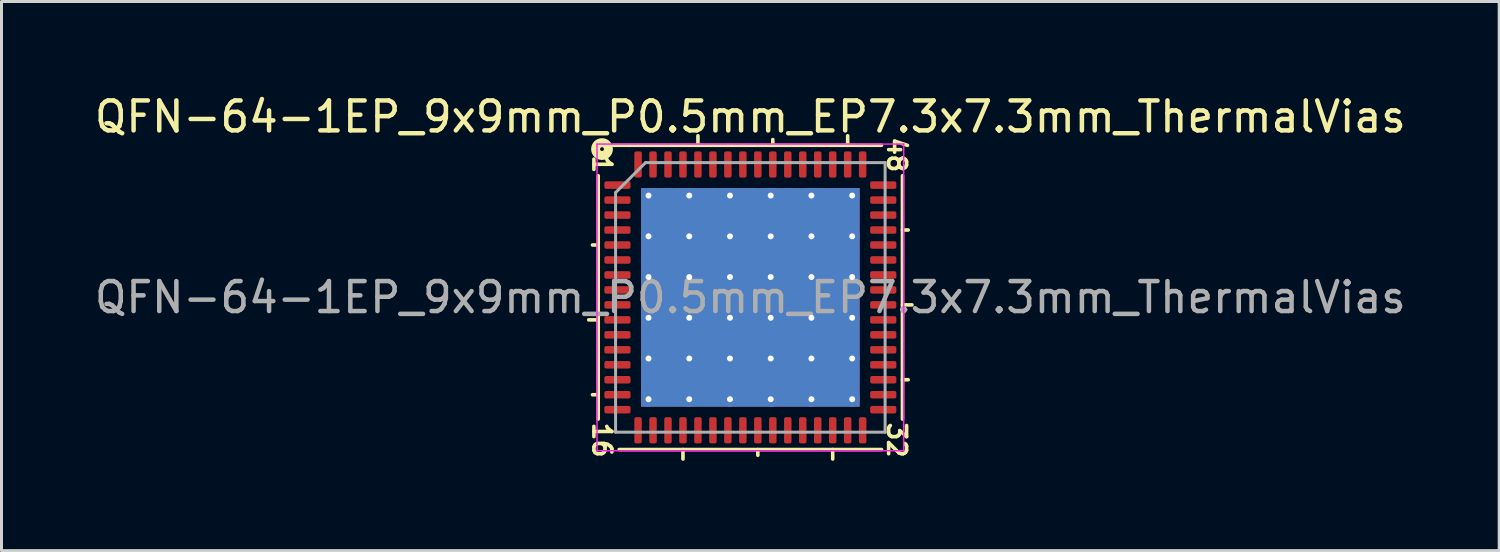
<source format=kicad_pcb>
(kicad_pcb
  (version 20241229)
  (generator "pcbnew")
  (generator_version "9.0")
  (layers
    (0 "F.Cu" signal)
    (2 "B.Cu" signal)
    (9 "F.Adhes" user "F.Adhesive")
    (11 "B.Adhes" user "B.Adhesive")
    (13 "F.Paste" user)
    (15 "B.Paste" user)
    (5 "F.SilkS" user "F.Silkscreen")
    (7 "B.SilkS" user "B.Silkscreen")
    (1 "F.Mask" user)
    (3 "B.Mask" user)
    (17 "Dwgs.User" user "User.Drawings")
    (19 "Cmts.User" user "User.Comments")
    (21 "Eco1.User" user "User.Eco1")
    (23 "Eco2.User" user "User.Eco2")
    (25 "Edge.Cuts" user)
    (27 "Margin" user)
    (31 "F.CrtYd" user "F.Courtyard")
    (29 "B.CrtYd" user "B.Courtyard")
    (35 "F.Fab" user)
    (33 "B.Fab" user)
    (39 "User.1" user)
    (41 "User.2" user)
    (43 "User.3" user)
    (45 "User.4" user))
  (footprint "QFN-64-1EP_9x9mm_P0.5mm_EP7.3x7.3mm_ThermalVias"
    (layer "F.Cu")
    (at 22.006 6.881)
    (property "Reference" "QFN-64-1EP_9x9mm_P0.5mm_EP7.3x7.3mm_ThermalVias" (at 0 -6.032 0) (layer "F.SilkS") (effects (font (size 1 1) (thickness 0.15))))
    (attr smd)
    (fp_line (start -5.08 -4.064) (end -5.08 4.064) (stroke (width 0.12) (type solid)) (layer "F.SilkS"))
    (fp_line (start -5.08 -1.75) (end -5.271 -1.75) (stroke (width 0.12) (type solid)) (layer "F.SilkS"))
    (fp_line (start -5.08 0.75) (end -5.397 0.75) (stroke (width 0.12) (type solid)) (layer "F.SilkS"))
    (fp_line (start -5.08 3.25) (end -5.271 3.25) (stroke (width 0.12) (type solid)) (layer "F.SilkS"))
    (fp_line (start -4.381 5.08) (end 4.381 5.08) (stroke (width 0.12) (type solid)) (layer "F.SilkS"))
    (fp_line (start -2.25 5.08) (end -2.25 5.397) (stroke (width 0.12) (type solid)) (layer "F.SilkS"))
    (fp_line (start -1.75 -5.08) (end -1.75 -5.397) (stroke (width 0.12) (type solid)) (layer "F.SilkS"))
    (fp_line (start 0.25 5.08) (end 0.25 5.271) (stroke (width 0.12) (type solid)) (layer "F.SilkS"))
    (fp_line (start 0.75 -5.08) (end 0.75 -5.271) (stroke (width 0.12) (type solid)) (layer "F.SilkS"))
    (fp_line (start 2.75 5.08) (end 2.75 5.397) (stroke (width 0.12) (type solid)) (layer "F.SilkS"))
    (fp_line (start 3.25 -5.08) (end 3.25 -5.397) (stroke (width 0.12) (type solid)) (layer "F.SilkS"))
    (fp_line (start 4.381 -5.08) (end -4.572 -5.08) (stroke (width 0.12) (type solid)) (layer "F.SilkS"))
    (fp_line (start 5.08 -2.25) (end 5.271 -2.25) (stroke (width 0.12) (type solid)) (layer "F.SilkS"))
    (fp_line (start 5.08 0.25) (end 5.397 0.25) (stroke (width 0.12) (type solid)) (layer "F.SilkS"))
    (fp_line (start 5.08 2.75) (end 5.271 2.75) (stroke (width 0.12) (type solid)) (layer "F.SilkS"))
    (fp_line (start 5.08 4.064) (end 5.08 -4.064) (stroke (width 0.12) (type solid)) (layer "F.SilkS"))
    (fp_circle (center -4.953 -4.953) (end -4.889 -4.953) (stroke (width 0.3) (type solid)) (fill no) (layer "F.SilkS"))
    (fp_line (start -5.12 -5.12) (end -5.12 5.12) (stroke (width 0.05) (type solid)) (layer "F.CrtYd"))
    (fp_line (start -5.12 5.12) (end 5.12 5.12) (stroke (width 0.05) (type solid)) (layer "F.CrtYd"))
    (fp_line (start 5.12 -5.12) (end -5.12 -5.12) (stroke (width 0.05) (type solid)) (layer "F.CrtYd"))
    (fp_line (start 5.12 5.12) (end 5.12 -5.12) (stroke (width 0.05) (type solid)) (layer "F.CrtYd"))
    (fp_line (start -4.5 -3.5) (end -3.5 -4.5) (stroke (width 0.1) (type solid)) (layer "F.Fab"))
    (fp_line (start -4.5 4.5) (end -4.5 -3.5) (stroke (width 0.1) (type solid)) (layer "F.Fab"))
    (fp_line (start -3.5 -4.5) (end 4.5 -4.5) (stroke (width 0.1) (type solid)) (layer "F.Fab"))
    (fp_line (start 4.5 -4.5) (end 4.5 4.5) (stroke (width 0.1) (type solid)) (layer "F.Fab"))
    (fp_line (start 4.5 4.5) (end -4.5 4.5) (stroke (width 0.1) (type solid)) (layer "F.Fab"))
    (fp_text user "48" (at 4.889 -4.763 270) (unlocked yes) (layer "F.SilkS") (effects (font (size 0.6 0.6) (thickness 0.12))))
    (fp_text user "1" (at -4.953 -4.445 270) (unlocked yes) (layer "F.SilkS") (effects (font (size 0.6 0.6) (thickness 0.12))))
    (fp_text user "32" (at 4.889 4.763 270) (unlocked yes) (layer "F.SilkS") (effects (font (size 0.6 0.6) (thickness 0.12))))
    (fp_text user "16" (at -4.953 4.763 270) (unlocked yes) (layer "F.SilkS") (effects (font (size 0.6 0.6) (thickness 0.12))))
    (fp_text user "${REFERENCE}" (at 0 0 0) (layer "F.Fab") (effects (font (size 1 1) (thickness 0.15))))
    (pad "" smd roundrect (at -2.72 -2.72) (size 1.177 1.177) (layers "F.Paste") (roundrect_rratio 0.212))
    (pad "" smd roundrect (at -2.72 -1.36) (size 1.177 1.177) (layers "F.Paste") (roundrect_rratio 0.212))
    (pad "" smd roundrect (at -2.72 0) (size 1.177 1.177) (layers "F.Paste") (roundrect_rratio 0.212))
    (pad "" smd roundrect (at -2.72 1.36) (size 1.177 1.177) (layers "F.Paste") (roundrect_rratio 0.212))
    (pad "" smd roundrect (at -2.72 2.72) (size 1.177 1.177) (layers "F.Paste") (roundrect_rratio 0.212))
    (pad "" smd roundrect (at -1.36 -2.72) (size 1.177 1.177) (layers "F.Paste") (roundrect_rratio 0.212))
    (pad "" smd roundrect (at -1.36 -1.36) (size 1.177 1.177) (layers "F.Paste") (roundrect_rratio 0.212))
    (pad "" smd roundrect (at -1.36 0) (size 1.177 1.177) (layers "F.Paste") (roundrect_rratio 0.212))
    (pad "" smd roundrect (at -1.36 1.36) (size 1.177 1.177) (layers "F.Paste") (roundrect_rratio 0.212))
    (pad "" smd roundrect (at -1.36 2.72) (size 1.177 1.177) (layers "F.Paste") (roundrect_rratio 0.212))
    (pad "" smd roundrect (at 0 -2.72) (size 1.177 1.177) (layers "F.Paste") (roundrect_rratio 0.212))
    (pad "" smd roundrect (at 0 -1.36) (size 1.177 1.177) (layers "F.Paste") (roundrect_rratio 0.212))
    (pad "" smd roundrect (at 0 0) (size 1.177 1.177) (layers "F.Paste") (roundrect_rratio 0.212))
    (pad "" smd roundrect (at 0 1.36) (size 1.177 1.177) (layers "F.Paste") (roundrect_rratio 0.212))
    (pad "" smd roundrect (at 0 2.72) (size 1.177 1.177) (layers "F.Paste") (roundrect_rratio 0.212))
    (pad "" smd roundrect (at 1.36 -2.72) (size 1.177 1.177) (layers "F.Paste") (roundrect_rratio 0.212))
    (pad "" smd roundrect (at 1.36 -1.36) (size 1.177 1.177) (layers "F.Paste") (roundrect_rratio 0.212))
    (pad "" smd roundrect (at 1.36 0) (size 1.177 1.177) (layers "F.Paste") (roundrect_rratio 0.212))
    (pad "" smd roundrect (at 1.36 1.36) (size 1.177 1.177) (layers "F.Paste") (roundrect_rratio 0.212))
    (pad "" smd roundrect (at 1.36 2.72) (size 1.177 1.177) (layers "F.Paste") (roundrect_rratio 0.212))
    (pad "" smd roundrect (at 2.72 -2.72) (size 1.177 1.177) (layers "F.Paste") (roundrect_rratio 0.212))
    (pad "" smd roundrect (at 2.72 -1.36) (size 1.177 1.177) (layers "F.Paste") (roundrect_rratio 0.212))
    (pad "" smd roundrect (at 2.72 0) (size 1.177 1.177) (layers "F.Paste") (roundrect_rratio 0.212))
    (pad "" smd roundrect (at 2.72 1.36) (size 1.177 1.177) (layers "F.Paste") (roundrect_rratio 0.212))
    (pad "" smd roundrect (at 2.72 2.72) (size 1.177 1.177) (layers "F.Paste") (roundrect_rratio 0.212))
    (pad "1" smd roundrect (at -4.438 -3.75) (size 0.875 0.25) (layers "F.Cu" "F.Mask" "F.Paste") (roundrect_rratio 0.25))
    (pad "2" smd roundrect (at -4.438 -3.25) (size 0.875 0.25) (layers "F.Cu" "F.Mask" "F.Paste") (roundrect_rratio 0.25))
    (pad "3" smd roundrect (at -4.438 -2.75) (size 0.875 0.25) (layers "F.Cu" "F.Mask" "F.Paste") (roundrect_rratio 0.25))
    (pad "4" smd roundrect (at -4.438 -2.25) (size 0.875 0.25) (layers "F.Cu" "F.Mask" "F.Paste") (roundrect_rratio 0.25))
    (pad "5" smd roundrect (at -4.438 -1.75) (size 0.875 0.25) (layers "F.Cu" "F.Mask" "F.Paste") (roundrect_rratio 0.25))
    (pad "6" smd roundrect (at -4.438 -1.25) (size 0.875 0.25) (layers "F.Cu" "F.Mask" "F.Paste") (roundrect_rratio 0.25))
    (pad "7" smd roundrect (at -4.438 -0.75) (size 0.875 0.25) (layers "F.Cu" "F.Mask" "F.Paste") (roundrect_rratio 0.25))
    (pad "8" smd roundrect (at -4.438 -0.25) (size 0.875 0.25) (layers "F.Cu" "F.Mask" "F.Paste") (roundrect_rratio 0.25))
    (pad "9" smd roundrect (at -4.438 0.25) (size 0.875 0.25) (layers "F.Cu" "F.Mask" "F.Paste") (roundrect_rratio 0.25))
    (pad "10" smd roundrect (at -4.438 0.75) (size 0.875 0.25) (layers "F.Cu" "F.Mask" "F.Paste") (roundrect_rratio 0.25))
    (pad "11" smd roundrect (at -4.438 1.25) (size 0.875 0.25) (layers "F.Cu" "F.Mask" "F.Paste") (roundrect_rratio 0.25))
    (pad "12" smd roundrect (at -4.438 1.75) (size 0.875 0.25) (layers "F.Cu" "F.Mask" "F.Paste") (roundrect_rratio 0.25))
    (pad "13" smd roundrect (at -4.438 2.25) (size 0.875 0.25) (layers "F.Cu" "F.Mask" "F.Paste") (roundrect_rratio 0.25))
    (pad "14" smd roundrect (at -4.438 2.75) (size 0.875 0.25) (layers "F.Cu" "F.Mask" "F.Paste") (roundrect_rratio 0.25))
    (pad "15" smd roundrect (at -4.438 3.25) (size 0.875 0.25) (layers "F.Cu" "F.Mask" "F.Paste") (roundrect_rratio 0.25))
    (pad "16" smd roundrect (at -4.438 3.75) (size 0.875 0.25) (layers "F.Cu" "F.Mask" "F.Paste") (roundrect_rratio 0.25))
    (pad "17" smd roundrect (at -3.75 4.438) (size 0.25 0.875) (layers "F.Cu" "F.Mask" "F.Paste") (roundrect_rratio 0.25))
    (pad "18" smd roundrect (at -3.25 4.438) (size 0.25 0.875) (layers "F.Cu" "F.Mask" "F.Paste") (roundrect_rratio 0.25))
    (pad "19" smd roundrect (at -2.75 4.438) (size 0.25 0.875) (layers "F.Cu" "F.Mask" "F.Paste") (roundrect_rratio 0.25))
    (pad "20" smd roundrect (at -2.25 4.438) (size 0.25 0.875) (layers "F.Cu" "F.Mask" "F.Paste") (roundrect_rratio 0.25))
    (pad "21" smd roundrect (at -1.75 4.438) (size 0.25 0.875) (layers "F.Cu" "F.Mask" "F.Paste") (roundrect_rratio 0.25))
    (pad "22" smd roundrect (at -1.25 4.438) (size 0.25 0.875) (layers "F.Cu" "F.Mask" "F.Paste") (roundrect_rratio 0.25))
    (pad "23" smd roundrect (at -0.75 4.438) (size 0.25 0.875) (layers "F.Cu" "F.Mask" "F.Paste") (roundrect_rratio 0.25))
    (pad "24" smd roundrect (at -0.25 4.438) (size 0.25 0.875) (layers "F.Cu" "F.Mask" "F.Paste") (roundrect_rratio 0.25))
    (pad "25" smd roundrect (at 0.25 4.438) (size 0.25 0.875) (layers "F.Cu" "F.Mask" "F.Paste") (roundrect_rratio 0.25))
    (pad "26" smd roundrect (at 0.75 4.438) (size 0.25 0.875) (layers "F.Cu" "F.Mask" "F.Paste") (roundrect_rratio 0.25))
    (pad "27" smd roundrect (at 1.25 4.438) (size 0.25 0.875) (layers "F.Cu" "F.Mask" "F.Paste") (roundrect_rratio 0.25))
    (pad "28" smd roundrect (at 1.75 4.438) (size 0.25 0.875) (layers "F.Cu" "F.Mask" "F.Paste") (roundrect_rratio 0.25))
    (pad "29" smd roundrect (at 2.25 4.438) (size 0.25 0.875) (layers "F.Cu" "F.Mask" "F.Paste") (roundrect_rratio 0.25))
    (pad "30" smd roundrect (at 2.75 4.438) (size 0.25 0.875) (layers "F.Cu" "F.Mask" "F.Paste") (roundrect_rratio 0.25))
    (pad "31" smd roundrect (at 3.25 4.438) (size 0.25 0.875) (layers "F.Cu" "F.Mask" "F.Paste") (roundrect_rratio 0.25))
    (pad "32" smd roundrect (at 3.75 4.438) (size 0.25 0.875) (layers "F.Cu" "F.Mask" "F.Paste") (roundrect_rratio 0.25))
    (pad "33" smd roundrect (at 4.438 3.75) (size 0.875 0.25) (layers "F.Cu" "F.Mask" "F.Paste") (roundrect_rratio 0.25))
    (pad "34" smd roundrect (at 4.438 3.25) (size 0.875 0.25) (layers "F.Cu" "F.Mask" "F.Paste") (roundrect_rratio 0.25))
    (pad "35" smd roundrect (at 4.438 2.75) (size 0.875 0.25) (layers "F.Cu" "F.Mask" "F.Paste") (roundrect_rratio 0.25))
    (pad "36" smd roundrect (at 4.438 2.25) (size 0.875 0.25) (layers "F.Cu" "F.Mask" "F.Paste") (roundrect_rratio 0.25))
    (pad "37" smd roundrect (at 4.438 1.75) (size 0.875 0.25) (layers "F.Cu" "F.Mask" "F.Paste") (roundrect_rratio 0.25))
    (pad "38" smd roundrect (at 4.438 1.25) (size 0.875 0.25) (layers "F.Cu" "F.Mask" "F.Paste") (roundrect_rratio 0.25))
    (pad "39" smd roundrect (at 4.438 0.75) (size 0.875 0.25) (layers "F.Cu" "F.Mask" "F.Paste") (roundrect_rratio 0.25))
    (pad "40" smd roundrect (at 4.438 0.25) (size 0.875 0.25) (layers "F.Cu" "F.Mask" "F.Paste") (roundrect_rratio 0.25))
    (pad "41" smd roundrect (at 4.438 -0.25) (size 0.875 0.25) (layers "F.Cu" "F.Mask" "F.Paste") (roundrect_rratio 0.25))
    (pad "42" smd roundrect (at 4.438 -0.75) (size 0.875 0.25) (layers "F.Cu" "F.Mask" "F.Paste") (roundrect_rratio 0.25))
    (pad "43" smd roundrect (at 4.438 -1.25) (size 0.875 0.25) (layers "F.Cu" "F.Mask" "F.Paste") (roundrect_rratio 0.25))
    (pad "44" smd roundrect (at 4.438 -1.75) (size 0.875 0.25) (layers "F.Cu" "F.Mask" "F.Paste") (roundrect_rratio 0.25))
    (pad "45" smd roundrect (at 4.438 -2.25) (size 0.875 0.25) (layers "F.Cu" "F.Mask" "F.Paste") (roundrect_rratio 0.25))
    (pad "46" smd roundrect (at 4.438 -2.75) (size 0.875 0.25) (layers "F.Cu" "F.Mask" "F.Paste") (roundrect_rratio 0.25))
    (pad "47" smd roundrect (at 4.438 -3.25) (size 0.875 0.25) (layers "F.Cu" "F.Mask" "F.Paste") (roundrect_rratio 0.25))
    (pad "48" smd roundrect (at 4.438 -3.75) (size 0.875 0.25) (layers "F.Cu" "F.Mask" "F.Paste") (roundrect_rratio 0.25))
    (pad "49" smd roundrect (at 3.75 -4.438) (size 0.25 0.875) (layers "F.Cu" "F.Mask" "F.Paste") (roundrect_rratio 0.25))
    (pad "50" smd roundrect (at 3.25 -4.438) (size 0.25 0.875) (layers "F.Cu" "F.Mask" "F.Paste") (roundrect_rratio 0.25))
    (pad "51" smd roundrect (at 2.75 -4.438) (size 0.25 0.875) (layers "F.Cu" "F.Mask" "F.Paste") (roundrect_rratio 0.25))
    (pad "52" smd roundrect (at 2.25 -4.438) (size 0.25 0.875) (layers "F.Cu" "F.Mask" "F.Paste") (roundrect_rratio 0.25))
    (pad "53" smd roundrect (at 1.75 -4.438) (size 0.25 0.875) (layers "F.Cu" "F.Mask" "F.Paste") (roundrect_rratio 0.25))
    (pad "54" smd roundrect (at 1.25 -4.438) (size 0.25 0.875) (layers "F.Cu" "F.Mask" "F.Paste") (roundrect_rratio 0.25))
    (pad "55" smd roundrect (at 0.75 -4.438) (size 0.25 0.875) (layers "F.Cu" "F.Mask" "F.Paste") (roundrect_rratio 0.25))
    (pad "56" smd roundrect (at 0.25 -4.438) (size 0.25 0.875) (layers "F.Cu" "F.Mask" "F.Paste") (roundrect_rratio 0.25))
    (pad "57" smd roundrect (at -0.25 -4.438) (size 0.25 0.875) (layers "F.Cu" "F.Mask" "F.Paste") (roundrect_rratio 0.25))
    (pad "58" smd roundrect (at -0.75 -4.438) (size 0.25 0.875) (layers "F.Cu" "F.Mask" "F.Paste") (roundrect_rratio 0.25))
    (pad "59" smd roundrect (at -1.25 -4.438) (size 0.25 0.875) (layers "F.Cu" "F.Mask" "F.Paste") (roundrect_rratio 0.25))
    (pad "60" smd roundrect (at -1.75 -4.438) (size 0.25 0.875) (layers "F.Cu" "F.Mask" "F.Paste") (roundrect_rratio 0.25))
    (pad "61" smd roundrect (at -2.25 -4.438) (size 0.25 0.875) (layers "F.Cu" "F.Mask" "F.Paste") (roundrect_rratio 0.25))
    (pad "62" smd roundrect (at -2.75 -4.438) (size 0.25 0.875) (layers "F.Cu" "F.Mask" "F.Paste") (roundrect_rratio 0.25))
    (pad "63" smd roundrect (at -3.25 -4.438) (size 0.25 0.875) (layers "F.Cu" "F.Mask" "F.Paste") (roundrect_rratio 0.25))
    (pad "64" smd roundrect (at -3.75 -4.438) (size 0.25 0.875) (layers "F.Cu" "F.Mask" "F.Paste") (roundrect_rratio 0.25))
    (pad "65" thru_hole circle (at -3.4 -3.4) (size 0.5 0.5) (drill 0.2) (layers "*.Cu"))
    (pad "65" thru_hole circle (at -3.4 -2.04) (size 0.5 0.5) (drill 0.2) (layers "*.Cu"))
    (pad "65" thru_hole circle (at -3.4 -0.68) (size 0.5 0.5) (drill 0.2) (layers "*.Cu"))
    (pad "65" thru_hole circle (at -3.4 0.68) (size 0.5 0.5) (drill 0.2) (layers "*.Cu"))
    (pad "65" thru_hole circle (at -3.4 2.04) (size 0.5 0.5) (drill 0.2) (layers "*.Cu"))
    (pad "65" thru_hole circle (at -3.4 3.4) (size 0.5 0.5) (drill 0.2) (layers "*.Cu"))
    (pad "65" thru_hole circle (at -2.04 -3.4) (size 0.5 0.5) (drill 0.2) (layers "*.Cu"))
    (pad "65" thru_hole circle (at -2.04 -2.04) (size 0.5 0.5) (drill 0.2) (layers "*.Cu"))
    (pad "65" thru_hole circle (at -2.04 -0.68) (size 0.5 0.5) (drill 0.2) (layers "*.Cu"))
    (pad "65" thru_hole circle (at -2.04 0.68) (size 0.5 0.5) (drill 0.2) (layers "*.Cu"))
    (pad "65" thru_hole circle (at -2.04 2.04) (size 0.5 0.5) (drill 0.2) (layers "*.Cu"))
    (pad "65" thru_hole circle (at -2.04 3.4) (size 0.5 0.5) (drill 0.2) (layers "*.Cu"))
    (pad "65" thru_hole circle (at -0.68 -3.4) (size 0.5 0.5) (drill 0.2) (layers "*.Cu"))
    (pad "65" thru_hole circle (at -0.68 -2.04) (size 0.5 0.5) (drill 0.2) (layers "*.Cu"))
    (pad "65" thru_hole circle (at -0.68 -0.68) (size 0.5 0.5) (drill 0.2) (layers "*.Cu"))
    (pad "65" thru_hole circle (at -0.68 0.68) (size 0.5 0.5) (drill 0.2) (layers "*.Cu"))
    (pad "65" thru_hole circle (at -0.68 2.04) (size 0.5 0.5) (drill 0.2) (layers "*.Cu"))
    (pad "65" thru_hole circle (at -0.68 3.4) (size 0.5 0.5) (drill 0.2) (layers "*.Cu"))
    (pad "65" smd rect (at 0 0) (size 7.3 7.3) (layers "F.Cu" "F.Mask"))
    (pad "65" smd rect (at 0 0) (size 7.3 7.3) (layers "B.Cu" "B.Mask"))
    (pad "65" thru_hole circle (at 0.68 -3.4) (size 0.5 0.5) (drill 0.2) (layers "*.Cu"))
    (pad "65" thru_hole circle (at 0.68 -2.04) (size 0.5 0.5) (drill 0.2) (layers "*.Cu"))
    (pad "65" thru_hole circle (at 0.68 -0.68) (size 0.5 0.5) (drill 0.2) (layers "*.Cu"))
    (pad "65" thru_hole circle (at 0.68 0.68) (size 0.5 0.5) (drill 0.2) (layers "*.Cu"))
    (pad "65" thru_hole circle (at 0.68 2.04) (size 0.5 0.5) (drill 0.2) (layers "*.Cu"))
    (pad "65" thru_hole circle (at 0.68 3.4) (size 0.5 0.5) (drill 0.2) (layers "*.Cu"))
    (pad "65" thru_hole circle (at 2.04 -3.4) (size 0.5 0.5) (drill 0.2) (layers "*.Cu"))
    (pad "65" thru_hole circle (at 2.04 -2.04) (size 0.5 0.5) (drill 0.2) (layers "*.Cu"))
    (pad "65" thru_hole circle (at 2.04 -0.68) (size 0.5 0.5) (drill 0.2) (layers "*.Cu"))
    (pad "65" thru_hole circle (at 2.04 0.68) (size 0.5 0.5) (drill 0.2) (layers "*.Cu"))
    (pad "65" thru_hole circle (at 2.04 2.04) (size 0.5 0.5) (drill 0.2) (layers "*.Cu"))
    (pad "65" thru_hole circle (at 2.04 3.4) (size 0.5 0.5) (drill 0.2) (layers "*.Cu"))
    (pad "65" thru_hole circle (at 3.4 -3.4) (size 0.5 0.5) (drill 0.2) (layers "*.Cu"))
    (pad "65" thru_hole circle (at 3.4 -2.04) (size 0.5 0.5) (drill 0.2) (layers "*.Cu"))
    (pad "65" thru_hole circle (at 3.4 -0.68) (size 0.5 0.5) (drill 0.2) (layers "*.Cu"))
    (pad "65" thru_hole circle (at 3.4 0.68) (size 0.5 0.5) (drill 0.2) (layers "*.Cu"))
    (pad "65" thru_hole circle (at 3.4 2.04) (size 0.5 0.5) (drill 0.2) (layers "*.Cu"))
    (pad "65" thru_hole circle (at 3.4 3.4) (size 0.5 0.5) (drill 0.2) (layers "*.Cu")))
  (gr_rect
    (start -3 -3)
    (end 47.012 15.338)
    (stroke (width 0.1) (type default))
    (fill no)
    (layer "Edge.Cuts")))
</source>
